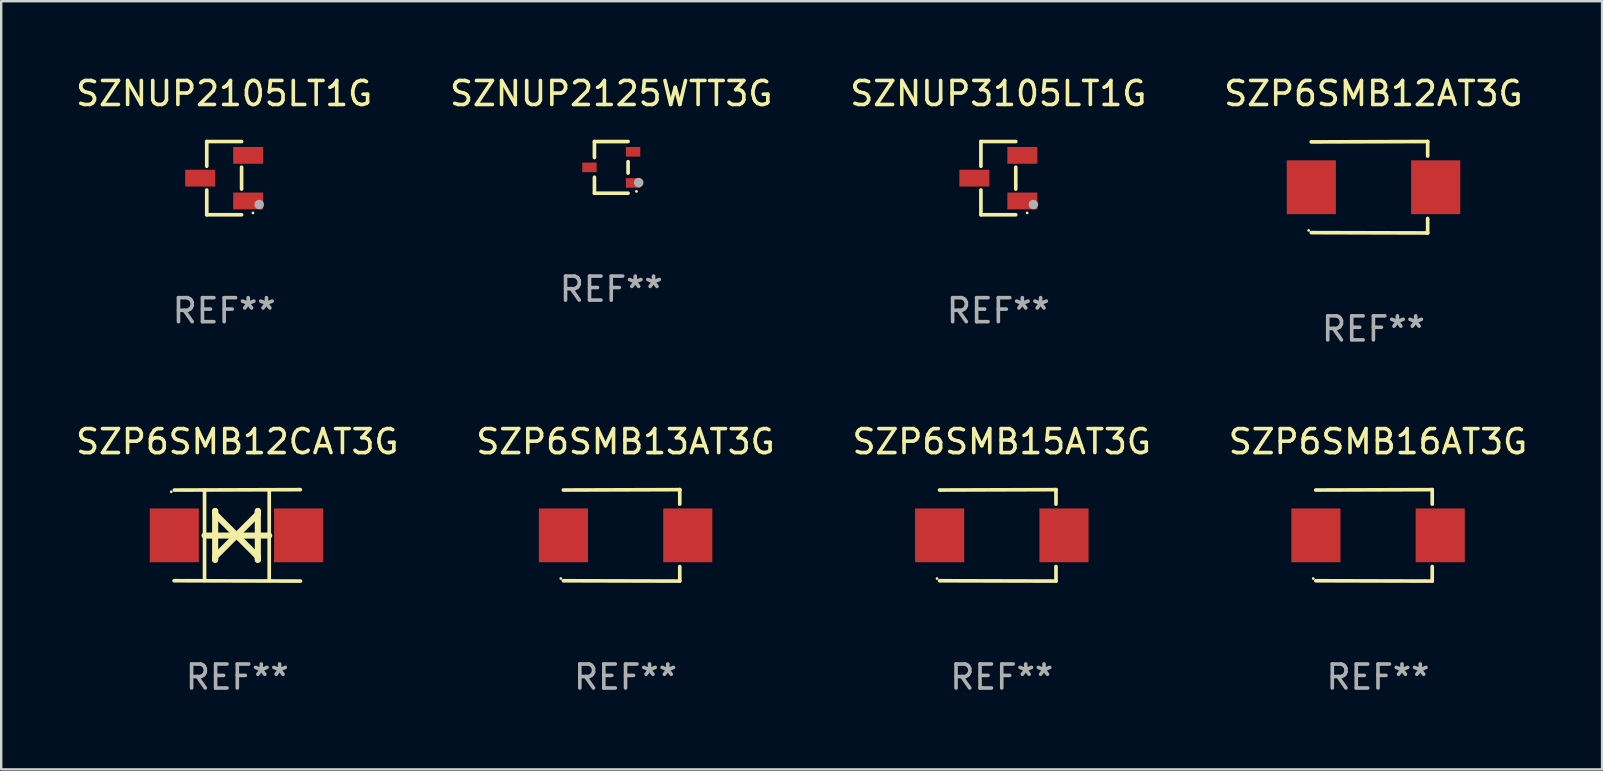
<source format=kicad_pcb>
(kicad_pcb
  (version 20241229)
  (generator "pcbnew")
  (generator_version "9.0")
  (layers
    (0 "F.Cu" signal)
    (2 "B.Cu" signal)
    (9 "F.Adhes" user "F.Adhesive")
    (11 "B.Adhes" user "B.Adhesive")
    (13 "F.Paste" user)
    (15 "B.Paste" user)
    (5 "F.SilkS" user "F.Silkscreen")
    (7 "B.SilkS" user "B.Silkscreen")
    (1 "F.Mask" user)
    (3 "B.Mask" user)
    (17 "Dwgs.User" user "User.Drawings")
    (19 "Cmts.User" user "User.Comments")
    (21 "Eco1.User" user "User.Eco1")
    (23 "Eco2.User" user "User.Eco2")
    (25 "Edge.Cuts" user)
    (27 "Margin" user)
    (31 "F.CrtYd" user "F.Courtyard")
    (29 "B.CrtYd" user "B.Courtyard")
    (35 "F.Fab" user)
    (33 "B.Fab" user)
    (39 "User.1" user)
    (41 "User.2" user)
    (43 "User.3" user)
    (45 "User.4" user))
  (footprint "SZP6SMB12AT3G"
    (layer "F.Cu")
    (at 54.185 4.753)
    (property "Reference" "SZP6SMB12AT3G" (at 0 -3.905 0) (layer "F.SilkS") (effects (font (size 1 1) (thickness 0.15))))
    (attr through_hole)
    (fp_line (start 2.256 -1.905) (end -2.594 -1.889) (stroke (width 0.152) (type solid)) (layer "F.SilkS"))
    (fp_line (start 2.256 -1.905) (end 2.26 -1.905) (stroke (width 0.152) (type solid)) (layer "F.SilkS"))
    (fp_line (start 2.26 -1.905) (end 2.26 -1.301) (stroke (width 0.152) (type solid)) (layer "F.SilkS"))
    (fp_line (start 2.26 1.301) (end 2.26 1.905) (stroke (width 0.152) (type solid)) (layer "F.SilkS"))
    (fp_line (start 2.26 1.905) (end -2.59 1.892) (stroke (width 0.152) (type solid)) (layer "F.SilkS"))
    (fp_circle (center -2.697 1.8) (end -2.667 1.8) (stroke (width 0.06) (type solid)) (fill no) (layer "F.SilkS"))
    (fp_text user "REF**" (at 0 5.905 0) (layer "F.Fab") (effects (font (size 1 1) (thickness 0.15))))
    (pad "1" smd rect (at -2.588 0) (size 2.047 2.241) (layers "F.Cu" "F.Mask" "F.Paste"))
    (pad "2" smd rect (at 2.594 0) (size 2.047 2.241) (layers "F.Cu" "F.Mask" "F.Paste")))
  (footprint "SZNUP2125WTT3G"
    (layer "F.Cu")
    (at 22.423 3.925)
    (property "Reference" "SZNUP2125WTT3G" (at 0 -3.076 0) (layer "F.SilkS") (effects (font (size 1 1) (thickness 0.15))))
    (attr through_hole)
    (fp_line (start -0.701 -1.076) (end -0.701 -0.411) (stroke (width 0.152) (type solid)) (layer "F.SilkS"))
    (fp_line (start -0.701 1.076) (end -0.701 0.411) (stroke (width 0.152) (type solid)) (layer "F.SilkS"))
    (fp_line (start 0.701 -1.076) (end -0.701 -1.076) (stroke (width 0.152) (type solid)) (layer "F.SilkS"))
    (fp_line (start 0.701 -0.239) (end 0.701 0.239) (stroke (width 0.152) (type solid)) (layer "F.SilkS"))
    (fp_line (start 0.701 1.076) (end -0.701 1.076) (stroke (width 0.152) (type solid)) (layer "F.SilkS"))
    (fp_circle (center 1.05 1) (end 1.08 1) (stroke (width 0.06) (type solid)) (fill no) (layer "F.SilkS"))
    (fp_circle (center 1.143 0.635) (end 1.243 0.635) (stroke (width 0.2) (type solid)) (fill no) (layer "F.Fab"))
    (fp_text user "REF**" (at 0 5.076 0) (layer "F.Fab") (effects (font (size 1 1) (thickness 0.15))))
    (pad "1" smd rect (at 0.91 0.65) (size 0.6 0.4) (layers "F.Cu" "F.Mask" "F.Paste"))
    (pad "2" smd rect (at 0.91 -0.65) (size 0.6 0.4) (layers "F.Cu" "F.Mask" "F.Paste"))
    (pad "3" smd rect (at -0.91 0) (size 0.6 0.4) (layers "F.Cu" "F.Mask" "F.Paste")))
  (footprint "SZNUP3105LT1G"
    (layer "F.Cu")
    (at 38.554 4.374)
    (property "Reference" "SZNUP3105LT1G" (at 0 -3.526 0) (layer "F.SilkS") (effects (font (size 1 1) (thickness 0.15))))
    (attr through_hole)
    (fp_line (start -0.726 -1.526) (end -0.726 -0.495) (stroke (width 0.152) (type solid)) (layer "F.SilkS"))
    (fp_line (start -0.726 1.526) (end -0.726 0.495) (stroke (width 0.152) (type solid)) (layer "F.SilkS"))
    (fp_line (start 0.726 -1.526) (end -0.726 -1.526) (stroke (width 0.152) (type solid)) (layer "F.SilkS"))
    (fp_line (start 0.726 -0.455) (end 0.726 0.455) (stroke (width 0.152) (type solid)) (layer "F.SilkS"))
    (fp_line (start 0.726 1.526) (end -0.726 1.526) (stroke (width 0.152) (type solid)) (layer "F.SilkS"))
    (fp_circle (center 1.2 1.45) (end 1.23 1.45) (stroke (width 0.06) (type solid)) (fill no) (layer "F.SilkS"))
    (fp_circle (center 1.46 1.1) (end 1.56 1.1) (stroke (width 0.2) (type solid)) (fill no) (layer "F.Fab"))
    (fp_text user "REF**" (at 0 5.526 0) (layer "F.Fab") (effects (font (size 1 1) (thickness 0.15))))
    (pad "1" smd rect (at 1 0.95) (size 1.25 0.7) (layers "F.Cu" "F.Mask" "F.Paste"))
    (pad "2" smd rect (at 1 -0.95) (size 1.25 0.7) (layers "F.Cu" "F.Mask" "F.Paste"))
    (pad "3" smd rect (at -1 0) (size 1.25 0.7) (layers "F.Cu" "F.Mask" "F.Paste")))
  (footprint "SZNUP2105LT1G"
    (layer "F.Cu")
    (at 6.292 4.374)
    (property "Reference" "SZNUP2105LT1G" (at 0 -3.526 0) (layer "F.SilkS") (effects (font (size 1 1) (thickness 0.15))))
    (attr through_hole)
    (fp_line (start -0.726 -1.526) (end -0.726 -0.495) (stroke (width 0.152) (type solid)) (layer "F.SilkS"))
    (fp_line (start -0.726 1.526) (end -0.726 0.495) (stroke (width 0.152) (type solid)) (layer "F.SilkS"))
    (fp_line (start 0.726 -1.526) (end -0.726 -1.526) (stroke (width 0.152) (type solid)) (layer "F.SilkS"))
    (fp_line (start 0.726 -0.455) (end 0.726 0.455) (stroke (width 0.152) (type solid)) (layer "F.SilkS"))
    (fp_line (start 0.726 1.526) (end -0.726 1.526) (stroke (width 0.152) (type solid)) (layer "F.SilkS"))
    (fp_circle (center 1.2 1.45) (end 1.23 1.45) (stroke (width 0.06) (type solid)) (fill no) (layer "F.SilkS"))
    (fp_circle (center 1.46 1.1) (end 1.56 1.1) (stroke (width 0.2) (type solid)) (fill no) (layer "F.Fab"))
    (fp_text user "REF**" (at 0 5.526 0) (layer "F.Fab") (effects (font (size 1 1) (thickness 0.15))))
    (pad "1" smd rect (at 1 0.95) (size 1.25 0.7) (layers "F.Cu" "F.Mask" "F.Paste"))
    (pad "2" smd rect (at 1 -0.95) (size 1.25 0.7) (layers "F.Cu" "F.Mask" "F.Paste"))
    (pad "3" smd rect (at -1 0) (size 1.25 0.7) (layers "F.Cu" "F.Mask" "F.Paste")))
  (footprint "SZP6SMB15AT3G"
    (layer "F.Cu")
    (at 38.696 19.26)
    (property "Reference" "SZP6SMB15AT3G" (at 0 -3.905 0) (layer "F.SilkS") (effects (font (size 1 1) (thickness 0.15))))
    (attr through_hole)
    (fp_line (start 2.256 -1.905) (end -2.594 -1.889) (stroke (width 0.152) (type solid)) (layer "F.SilkS"))
    (fp_line (start 2.256 -1.905) (end 2.26 -1.905) (stroke (width 0.152) (type solid)) (layer "F.SilkS"))
    (fp_line (start 2.26 -1.905) (end 2.26 -1.301) (stroke (width 0.152) (type solid)) (layer "F.SilkS"))
    (fp_line (start 2.26 1.301) (end 2.26 1.905) (stroke (width 0.152) (type solid)) (layer "F.SilkS"))
    (fp_line (start 2.26 1.905) (end -2.59 1.892) (stroke (width 0.152) (type solid)) (layer "F.SilkS"))
    (fp_circle (center -2.697 1.8) (end -2.667 1.8) (stroke (width 0.06) (type solid)) (fill no) (layer "F.SilkS"))
    (fp_text user "REF**" (at 0 5.905 0) (layer "F.Fab") (effects (font (size 1 1) (thickness 0.15))))
    (pad "1" smd rect (at -2.588 0) (size 2.047 2.241) (layers "F.Cu" "F.Mask" "F.Paste"))
    (pad "2" smd rect (at 2.594 0) (size 2.047 2.241) (layers "F.Cu" "F.Mask" "F.Paste")))
  (footprint "SZP6SMB16AT3G"
    (layer "F.Cu")
    (at 54.375 19.26)
    (property "Reference" "SZP6SMB16AT3G" (at 0 -3.905 0) (layer "F.SilkS") (effects (font (size 1 1) (thickness 0.15))))
    (attr through_hole)
    (fp_line (start 2.256 -1.905) (end -2.594 -1.889) (stroke (width 0.152) (type solid)) (layer "F.SilkS"))
    (fp_line (start 2.256 -1.905) (end 2.26 -1.905) (stroke (width 0.152) (type solid)) (layer "F.SilkS"))
    (fp_line (start 2.26 -1.905) (end 2.26 -1.301) (stroke (width 0.152) (type solid)) (layer "F.SilkS"))
    (fp_line (start 2.26 1.301) (end 2.26 1.905) (stroke (width 0.152) (type solid)) (layer "F.SilkS"))
    (fp_line (start 2.26 1.905) (end -2.59 1.892) (stroke (width 0.152) (type solid)) (layer "F.SilkS"))
    (fp_circle (center -2.697 1.8) (end -2.667 1.8) (stroke (width 0.06) (type solid)) (fill no) (layer "F.SilkS"))
    (fp_text user "REF**" (at 0 5.905 0) (layer "F.Fab") (effects (font (size 1 1) (thickness 0.15))))
    (pad "1" smd rect (at -2.588 0) (size 2.047 2.241) (layers "F.Cu" "F.Mask" "F.Paste"))
    (pad "2" smd rect (at 2.594 0) (size 2.047 2.241) (layers "F.Cu" "F.Mask" "F.Paste")))
  (footprint "SZP6SMB12CAT3G"
    (layer "F.Cu")
    (at 6.839 19.26)
    (property "Reference" "SZP6SMB12CAT3G" (at 0 -3.905 0) (layer "F.SilkS") (effects (font (size 1 1) (thickness 0.15))))
    (attr through_hole)
    (fp_line (start -1.365 1.886) (end -1.365 -1.886) (stroke (width 0.152) (type solid)) (layer "F.SilkS"))
    (fp_line (start -1.365 0.008) (end 1.33 0.008) (stroke (width 0.254) (type solid)) (layer "F.SilkS"))
    (fp_line (start -0.923 -1.016) (end -0.923 1.016) (stroke (width 0.254) (type solid)) (layer "F.SilkS"))
    (fp_line (start -0.923 -0.889) (end -0.923 -1.016) (stroke (width 0.254) (type solid)) (layer "F.SilkS"))
    (fp_line (start -0.923 0.889) (end -0.034 0) (stroke (width 0.254) (type solid)) (layer "F.SilkS"))
    (fp_line (start -0.923 1.016) (end -0.923 0.889) (stroke (width 0.254) (type solid)) (layer "F.SilkS"))
    (fp_line (start -0.034 0) (end -0.923 -0.889) (stroke (width 0.254) (type solid)) (layer "F.SilkS"))
    (fp_line (start -0.034 0) (end 0.855 0.889) (stroke (width 0.254) (type solid)) (layer "F.SilkS"))
    (fp_line (start 0.855 -1.016) (end 0.855 -0.889) (stroke (width 0.254) (type solid)) (layer "F.SilkS"))
    (fp_line (start 0.855 -0.889) (end -0.034 0) (stroke (width 0.254) (type solid)) (layer "F.SilkS"))
    (fp_line (start 0.855 0.889) (end 0.855 1.016) (stroke (width 0.254) (type solid)) (layer "F.SilkS"))
    (fp_line (start 0.855 1.016) (end 0.855 -1.016) (stroke (width 0.254) (type solid)) (layer "F.SilkS"))
    (fp_line (start 1.33 1.886) (end 1.33 -1.886) (stroke (width 0.152) (type solid)) (layer "F.SilkS"))
    (fp_line (start 2.629 -1.905) (end -2.625 -1.887) (stroke (width 0.152) (type solid)) (layer "F.SilkS"))
    (fp_line (start 2.633 1.905) (end -2.633 1.89) (stroke (width 0.152) (type solid)) (layer "F.SilkS"))
    (fp_circle (center -2.753 -1.816) (end -2.723 -1.816) (stroke (width 0.06) (type solid)) (fill no) (layer "F.SilkS"))
    (fp_text user "REF**" (at 0 5.905 0) (layer "F.Fab") (effects (font (size 1 1) (thickness 0.15))))
    (pad "1" smd rect (at -2.625 0) (size 2.047 2.241) (layers "F.Cu" "F.Mask" "F.Paste"))
    (pad "2" smd rect (at 2.557 0) (size 2.047 2.241) (layers "F.Cu" "F.Mask" "F.Paste")))
  (footprint "SZP6SMB13AT3G"
    (layer "F.Cu")
    (at 23.018 19.26)
    (property "Reference" "SZP6SMB13AT3G" (at 0 -3.905 0) (layer "F.SilkS") (effects (font (size 1 1) (thickness 0.15))))
    (attr through_hole)
    (fp_line (start 2.256 -1.905) (end -2.594 -1.889) (stroke (width 0.152) (type solid)) (layer "F.SilkS"))
    (fp_line (start 2.256 -1.905) (end 2.26 -1.905) (stroke (width 0.152) (type solid)) (layer "F.SilkS"))
    (fp_line (start 2.26 -1.905) (end 2.26 -1.301) (stroke (width 0.152) (type solid)) (layer "F.SilkS"))
    (fp_line (start 2.26 1.301) (end 2.26 1.905) (stroke (width 0.152) (type solid)) (layer "F.SilkS"))
    (fp_line (start 2.26 1.905) (end -2.59 1.892) (stroke (width 0.152) (type solid)) (layer "F.SilkS"))
    (fp_circle (center -2.697 1.8) (end -2.667 1.8) (stroke (width 0.06) (type solid)) (fill no) (layer "F.SilkS"))
    (fp_text user "REF**" (at 0 5.905 0) (layer "F.Fab") (effects (font (size 1 1) (thickness 0.15))))
    (pad "1" smd rect (at -2.588 0) (size 2.047 2.241) (layers "F.Cu" "F.Mask" "F.Paste"))
    (pad "2" smd rect (at 2.594 0) (size 2.047 2.241) (layers "F.Cu" "F.Mask" "F.Paste")))
  (gr_rect
    (start -3 -3)
    (end 63.714 29.013)
    (stroke (width 0.1) (type default))
    (fill no)
    (layer "Edge.Cuts")))
</source>
